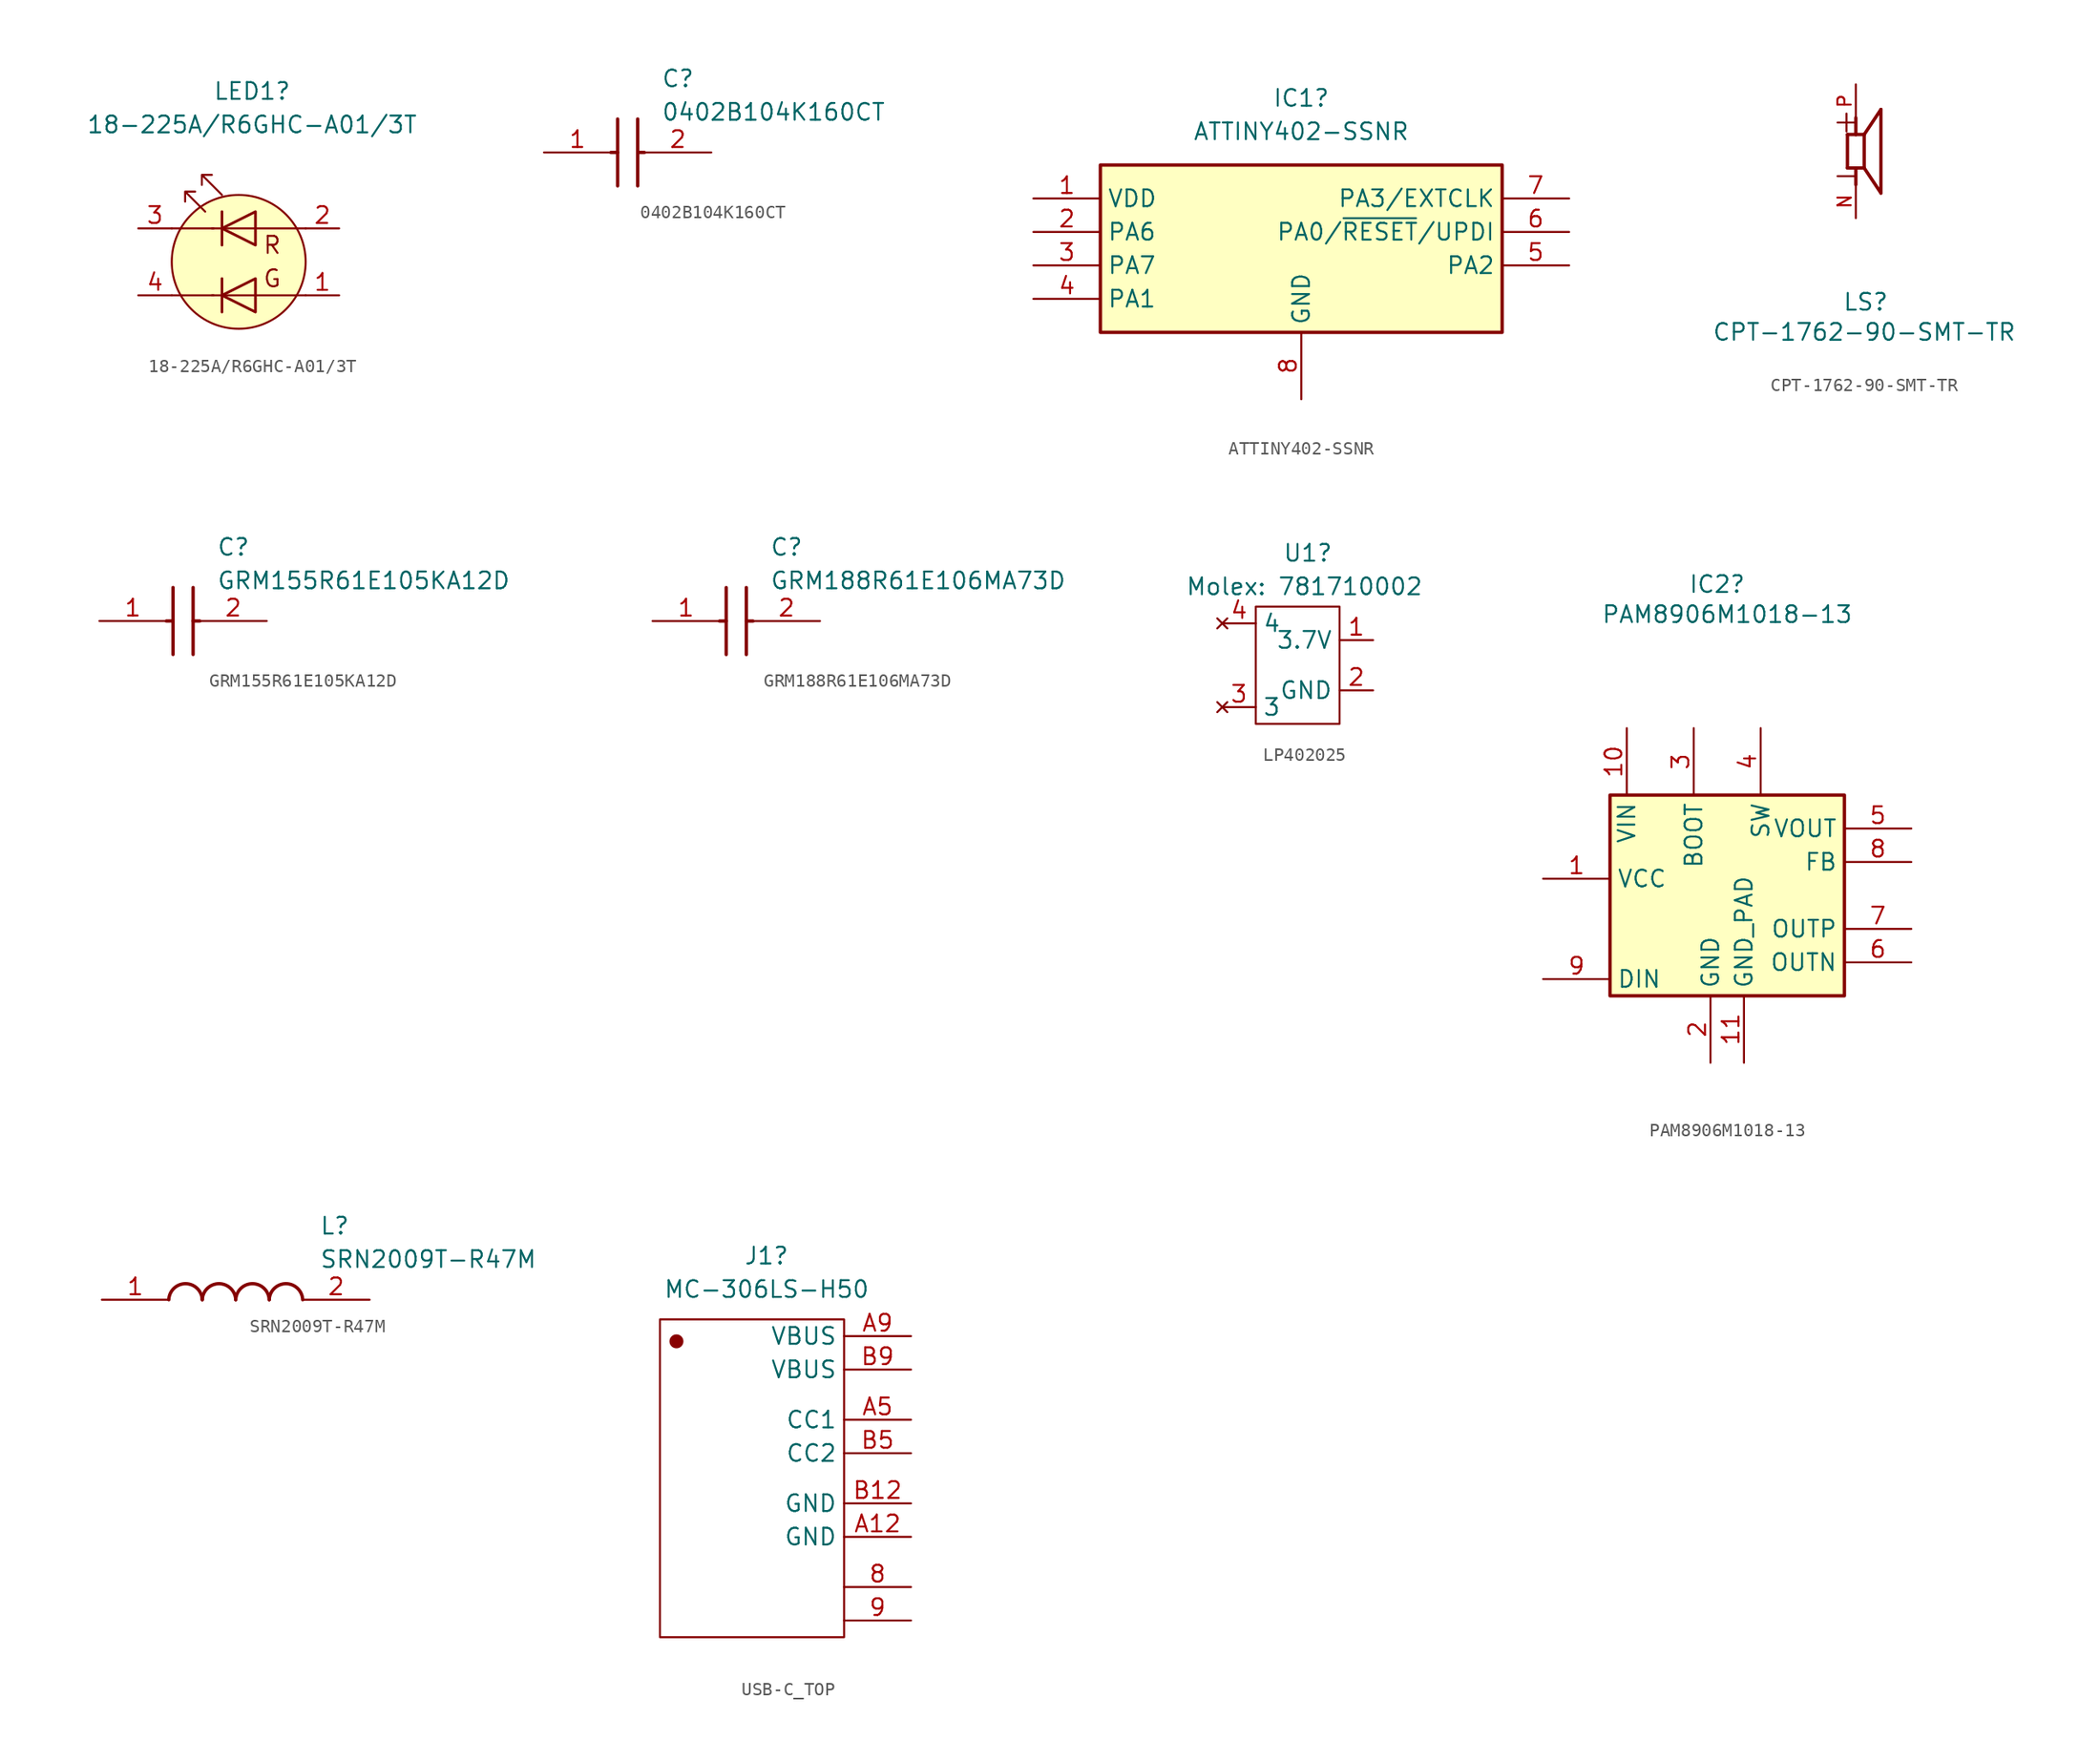
<source format=kicad_sym>
(kicad_symbol_lib
  (version 20231120)
  (generator "kicad_symbol_editor")
  (generator_version "8.0")
  (symbol "18-225A/R6GHC-A01/3T"
    (pin_names
      (offset 0) hide)
    (property "Reference" "LED1"
      (at 1.016 12.954 0)
      (effects (font (size 1.27 1.27))))
    (property "Value" "18-225A/R6GHC-A01/3T"
      (at 1.016 10.414 0)
      (effects (font (size 1.27 1.27))))
    (symbol "18-225A/R6GHC-A01/3T_0_0"
      (text "G" (at 2.54 -1.27 0) (effects (font (size 1.295 1.295))))
      (text "R" (at 2.54 1.27 0) (effects (font (size 1.295 1.295)))))
    (symbol "18-225A/R6GHC-A01/3T_0_1"
      (polyline (pts (xy -5.08 -2.54) (xy -1.905 -2.54)) (stroke (width 0) (type solid)) (fill (type none)))
      (polyline (pts (xy -5.08 2.54) (xy -1.905 2.54)) (stroke (width 0) (type solid)) (fill (type none)))
      (polyline (pts (xy -1.27 -1.27) (xy -1.27 -3.81)) (stroke (width 0.203) (type solid)) (fill (type none)))
      (polyline (pts (xy -1.27 3.81) (xy -1.27 1.27)) (stroke (width 0.203) (type solid)) (fill (type none)))
      (polyline (pts (xy 5.08 -2.54) (xy -2.032 -2.54)) (stroke (width 0) (type solid)) (fill (type none)))
      (polyline (pts (xy 5.08 2.54) (xy -2.032 2.54)) (stroke (width 0) (type solid)) (fill (type none)))
      (polyline (pts (xy 1.27 -1.27) (xy 1.27 -3.81) (xy -1.27 -2.54) (xy 1.27 -1.27)) (stroke (width 0.203) (type solid)) (fill (type none)))
      (polyline (pts (xy 1.27 3.81) (xy 1.27 1.27) (xy -1.27 2.54) (xy 1.27 3.81)) (stroke (width 0.203) (type solid)) (fill (type none)))
      (polyline (pts (xy -2.54 3.81) (xy -4.064 5.334) (xy -3.302 5.334) (xy -4.064 5.334) (xy -4.064 4.572)) (stroke (width 0) (type solid)) (fill (type none)))
      (polyline (pts (xy -1.27 5.08) (xy -2.794 6.604) (xy -2.032 6.604) (xy -2.794 6.604) (xy -2.794 5.842)) (stroke (width 0) (type solid)) (fill (type none)))
      (circle (center 0 0) (radius 5.08) (stroke (width 0) (type solid)) (fill (type background))))
    (symbol "18-225A/R6GHC-A01/3T_1_1"
      (pin input line (at 7.62 -2.54 180) (length 2.54) (name "A2" (effects (font (size 1.27 1.27)))) (number "1" (effects (font (size 1.27 1.27)))))
      (pin input line (at 7.62 2.54 180) (length 2.54) (name "A1" (effects (font (size 1.27 1.27)))) (number "2" (effects (font (size 1.27 1.27)))))
      (pin input line (at -7.62 2.54 0) (length 2.54) (name "K1" (effects (font (size 1.27 1.27)))) (number "3" (effects (font (size 1.27 1.27)))))
      (pin input line (at -7.62 -2.54 0) (length 2.54) (name "K2" (effects (font (size 1.27 1.27)))) (number "4" (effects (font (size 1.27 1.27)))))))
  (symbol "0402B104K160CT"
    (pin_names hide)
    (property "Reference" "C"
      (at 8.89 6.35 0)
      (effects (font (size 1.27 1.27)) (justify left top)))
    (property "Value" "0402B104K160CT"
      (at 8.89 3.81 0)
      (effects (font (size 1.27 1.27)) (justify left top)))
    (symbol "0402B104K160CT_1_1"
      (polyline (pts (xy 5.08 0) (xy 5.588 0)) (stroke (width 0.254) (type default)) (fill (type none)))
      (polyline (pts (xy 5.588 2.54) (xy 5.588 -2.54)) (stroke (width 0.254) (type default)) (fill (type none)))
      (polyline (pts (xy 7.112 0) (xy 7.62 0)) (stroke (width 0.254) (type default)) (fill (type none)))
      (polyline (pts (xy 7.112 2.54) (xy 7.112 -2.54)) (stroke (width 0.254) (type default)) (fill (type none)))
      (pin passive line (at 0 0 0) (length 5.08) (name "1" (effects (font (size 1.27 1.27)))) (number "1" (effects (font (size 1.27 1.27)))))
      (pin passive line (at 12.7 0 180) (length 5.08) (name "2" (effects (font (size 1.27 1.27)))) (number "2" (effects (font (size 1.27 1.27)))))))
  (symbol "ATTINY402-SSNR"
    (property "Reference" "IC1"
      (at 20.32 7.62 0)
      (effects (font (size 1.27 1.27))))
    (property "Value" "ATTINY402-SSNR"
      (at 20.32 5.08 0)
      (effects (font (size 1.27 1.27))))
    (symbol "ATTINY402-SSNR_1_1"
      (rectangle (start 5.08 2.54) (end 35.56 -10.16) (stroke (width 0.254) (type default)) (fill (type background)))
      (pin passive line (at 0 0 0) (length 5.08) (name "VDD" (effects (font (size 1.27 1.27)))) (number "1" (effects (font (size 1.27 1.27)))))
      (pin passive line (at 0 -2.54 0) (length 5.08) (name "PA6" (effects (font (size 1.27 1.27)))) (number "2" (effects (font (size 1.27 1.27)))))
      (pin passive line (at 0 -5.08 0) (length 5.08) (name "PA7" (effects (font (size 1.27 1.27)))) (number "3" (effects (font (size 1.27 1.27)))))
      (pin passive line (at 0 -7.62 0) (length 5.08) (name "PA1" (effects (font (size 1.27 1.27)))) (number "4" (effects (font (size 1.27 1.27)))))
      (pin passive line (at 40.64 -5.08 180) (length 5.08) (name "PA2" (effects (font (size 1.27 1.27)))) (number "5" (effects (font (size 1.27 1.27)))))
      (pin passive line (at 40.64 -2.54 180) (length 5.08) (name "PA0/~{RESET}/UPDI" (effects (font (size 1.27 1.27)))) (number "6" (effects (font (size 1.27 1.27)))))
      (pin passive line (at 40.64 0 180) (length 5.08) (name "PA3/EXTCLK" (effects (font (size 1.27 1.27)))) (number "7" (effects (font (size 1.27 1.27)))))
      (pin passive line (at 20.32 -15.24 90) (length 5.08) (name "GND" (effects (font (size 1.27 1.27)))) (number "8" (effects (font (size 1.27 1.27)))))))
  (symbol "CPT-1762-90-SMT-TR"
    (pin_names
      (offset 1.016))
    (property "Reference" "LS"
      (at -1.016 -12.192 0)
      (effects (font (size 1.27 1.27)) (justify left bottom)))
    (property "Value" "CPT-1762-90-SMT-TR"
      (at -10.922 -14.478 0)
      (effects (font (size 1.27 1.27)) (justify left bottom)))
    (symbol "CPT-1762-90-SMT-TR_0_0"
      (polyline (pts (xy -0.635 -1.27) (xy -0.635 1.27)) (stroke (width 0.254) (type default)) (fill (type none)))
      (polyline (pts (xy -0.635 1.27) (xy 0 1.27)) (stroke (width 0.254) (type default)) (fill (type none)))
      (polyline (pts (xy 0 -1.27) (xy -0.635 -1.27)) (stroke (width 0.254) (type default)) (fill (type none)))
      (polyline (pts (xy 0 -1.27) (xy 0 -2.54)) (stroke (width 0.254) (type default)) (fill (type none)))
      (polyline (pts (xy 0 1.27) (xy 0 2.54)) (stroke (width 0.254) (type default)) (fill (type none)))
      (polyline (pts (xy 0 1.27) (xy 0.635 1.27)) (stroke (width 0.254) (type default)) (fill (type none)))
      (polyline (pts (xy 0.635 -1.27) (xy 0 -1.27)) (stroke (width 0.254) (type default)) (fill (type none)))
      (polyline (pts (xy 0.635 1.27) (xy 0.635 -1.27)) (stroke (width 0.254) (type default)) (fill (type none)))
      (polyline (pts (xy 0.635 1.27) (xy 1.905 3.175)) (stroke (width 0.254) (type default)) (fill (type none)))
      (polyline (pts (xy 1.905 -3.175) (xy 0.635 -1.27)) (stroke (width 0.254) (type default)) (fill (type none)))
      (polyline (pts (xy 1.905 3.175) (xy 1.905 -3.175)) (stroke (width 0.254) (type default)) (fill (type none)))
      (text "+" (at -1.912 1.275 0) (effects (font (size 1.785 1.785)) (justify left bottom)))
      (text "-" (at -1.912 -2.798 0) (effects (font (size 1.785 1.785)) (justify left bottom)))
      (pin passive line (at 0 -5.08 90) (length 2.54) (name "~" (effects (font (size 1.016 1.016)))) (number "N" (effects (font (size 1.016 1.016)))))
      (pin passive line (at 0 5.08 270) (length 2.54) (name "~" (effects (font (size 1.016 1.016)))) (number "P" (effects (font (size 1.016 1.016)))))))
  (symbol "GRM155R61E105KA12D"
    (pin_names hide)
    (property "Reference" "C"
      (at 8.89 6.35 0)
      (effects (font (size 1.27 1.27)) (justify left top)))
    (property "Value" "GRM155R61E105KA12D"
      (at 8.89 3.81 0)
      (effects (font (size 1.27 1.27)) (justify left top)))
    (symbol "GRM155R61E105KA12D_1_1"
      (polyline (pts (xy 5.08 0) (xy 5.588 0)) (stroke (width 0.254) (type default)) (fill (type none)))
      (polyline (pts (xy 5.588 2.54) (xy 5.588 -2.54)) (stroke (width 0.254) (type default)) (fill (type none)))
      (polyline (pts (xy 7.112 0) (xy 7.62 0)) (stroke (width 0.254) (type default)) (fill (type none)))
      (polyline (pts (xy 7.112 2.54) (xy 7.112 -2.54)) (stroke (width 0.254) (type default)) (fill (type none)))
      (pin passive line (at 0 0 0) (length 5.08) (name "1" (effects (font (size 1.27 1.27)))) (number "1" (effects (font (size 1.27 1.27)))))
      (pin passive line (at 12.7 0 180) (length 5.08) (name "2" (effects (font (size 1.27 1.27)))) (number "2" (effects (font (size 1.27 1.27)))))))
  (symbol "GRM188R61E106MA73D"
    (pin_names hide)
    (property "Reference" "C"
      (at 8.89 6.35 0)
      (effects (font (size 1.27 1.27)) (justify left top)))
    (property "Value" "GRM188R61E106MA73D"
      (at 8.89 3.81 0)
      (effects (font (size 1.27 1.27)) (justify left top)))
    (symbol "GRM188R61E106MA73D_1_1"
      (polyline (pts (xy 5.08 0) (xy 5.588 0)) (stroke (width 0.254) (type default)) (fill (type none)))
      (polyline (pts (xy 5.588 2.54) (xy 5.588 -2.54)) (stroke (width 0.254) (type default)) (fill (type none)))
      (polyline (pts (xy 7.112 0) (xy 7.62 0)) (stroke (width 0.254) (type default)) (fill (type none)))
      (polyline (pts (xy 7.112 2.54) (xy 7.112 -2.54)) (stroke (width 0.254) (type default)) (fill (type none)))
      (pin passive line (at 0 0 0) (length 5.08) (name "1" (effects (font (size 1.27 1.27)))) (number "1" (effects (font (size 1.27 1.27)))))
      (pin passive line (at 12.7 0 180) (length 5.08) (name "2" (effects (font (size 1.27 1.27)))) (number "2" (effects (font (size 1.27 1.27)))))))
  (symbol "LP402025"
    (property "Reference" "U1"
      (at -0.508 7.874 0)
      (effects (font (size 1.27 1.27)) (justify left)))
    (property "Value" "Molex: 781710002"
      (at -7.874 5.334 0)
      (effects (font (size 1.27 1.27)) (justify left)))
    (symbol "LP402025_0_1"
      (rectangle (start -2.54 3.81) (end 3.81 -5.08) (stroke (width 0) (type default)) (fill (type none))))
    (symbol "LP402025_1_1"
      (pin bidirectional line (at 6.35 1.27 180) (length 2.54) (name "3.7V" (effects (font (size 1.27 1.27)))) (number "1" (effects (font (size 1.27 1.27)))))
      (pin bidirectional line (at 6.35 -2.54 180) (length 2.54) (name "GND" (effects (font (size 1.27 1.27)))) (number "2" (effects (font (size 1.27 1.27)))))
      (pin no_connect line (at -5.08 -3.81 0) (length 2.54) (name "3" (effects (font (size 1.27 1.27)))) (number "3" (effects (font (size 1.27 1.27)))))
      (pin no_connect line (at -5.08 2.54 0) (length 2.54) (name "4" (effects (font (size 1.27 1.27)))) (number "4" (effects (font (size 1.27 1.27)))))))
  (symbol "PAM8906M1018-13"
    (property "Reference" "IC2"
      (at 13.208 18.542 0)
      (effects (font (size 1.27 1.27))))
    (property "Value" "PAM8906M1018-13"
      (at 13.97 16.256 0)
      (effects (font (size 1.27 1.27))))
    (symbol "PAM8906M1018-13_1_1"
      (rectangle (start 5.08 2.54) (end 22.86 -12.7) (stroke (width 0.254) (type default)) (fill (type background)))
      (pin passive line (at 0 -3.81 0) (length 5.08) (name "VCC" (effects (font (size 1.27 1.27)))) (number "1" (effects (font (size 1.27 1.27)))))
      (pin passive line (at 6.35 7.62 270) (length 5.08) (name "VIN" (effects (font (size 1.27 1.27)))) (number "10" (effects (font (size 1.27 1.27)))))
      (pin passive line (at 15.24 -17.78 90) (length 5.08) (name "GND_PAD" (effects (font (size 1.27 1.27)))) (number "11" (effects (font (size 1.27 1.27)))))
      (pin passive line (at 12.7 -17.78 90) (length 5.08) (name "GND" (effects (font (size 1.27 1.27)))) (number "2" (effects (font (size 1.27 1.27)))))
      (pin passive line (at 11.43 7.62 270) (length 5.08) (name "BOOT" (effects (font (size 1.27 1.27)))) (number "3" (effects (font (size 1.27 1.27)))))
      (pin passive line (at 16.51 7.62 270) (length 5.08) (name "SW" (effects (font (size 1.27 1.27)))) (number "4" (effects (font (size 1.27 1.27)))))
      (pin passive line (at 27.94 0 180) (length 5.08) (name "VOUT" (effects (font (size 1.27 1.27)))) (number "5" (effects (font (size 1.27 1.27)))))
      (pin passive line (at 27.94 -10.16 180) (length 5.08) (name "OUTN" (effects (font (size 1.27 1.27)))) (number "6" (effects (font (size 1.27 1.27)))))
      (pin passive line (at 27.94 -7.62 180) (length 5.08) (name "OUTP" (effects (font (size 1.27 1.27)))) (number "7" (effects (font (size 1.27 1.27)))))
      (pin passive line (at 27.94 -2.54 180) (length 5.08) (name "FB" (effects (font (size 1.27 1.27)))) (number "8" (effects (font (size 1.27 1.27)))))
      (pin passive line (at 0 -11.43 0) (length 5.08) (name "DIN" (effects (font (size 1.27 1.27)))) (number "9" (effects (font (size 1.27 1.27)))))))
  (symbol "SRN2009T-R47M"
    (pin_names hide)
    (property "Reference" "L"
      (at 16.51 6.35 0)
      (effects (font (size 1.27 1.27)) (justify left top)))
    (property "Value" "SRN2009T-R47M"
      (at 16.51 3.81 0)
      (effects (font (size 1.27 1.27)) (justify left top)))
    (symbol "SRN2009T-R47M_1_1"
      (arc (start 7.62 0) (mid 6.35 1.219) (end 5.08 0) (stroke (width 0.254) (type default)) (fill (type none)))
      (arc (start 10.16 0) (mid 8.89 1.219) (end 7.62 0) (stroke (width 0.254) (type default)) (fill (type none)))
      (arc (start 12.7 0) (mid 11.43 1.219) (end 10.16 0) (stroke (width 0.254) (type default)) (fill (type none)))
      (arc (start 15.24 0) (mid 13.97 1.219) (end 12.7 0) (stroke (width 0.254) (type default)) (fill (type none)))
      (pin passive line (at 0 0 0) (length 5.08) (name "1" (effects (font (size 1.27 1.27)))) (number "1" (effects (font (size 1.27 1.27)))))
      (pin passive line (at 20.32 0 180) (length 5.08) (name "2" (effects (font (size 1.27 1.27)))) (number "2" (effects (font (size 1.27 1.27)))))))
  (symbol "USB-C_TOP"
    (property "Reference" "J1"
      (at 0 1.016 0)
      (effects (font (size 1.27 1.27)) (justify left)))
    (property "Value" "MC-306LS-H50"
      (at -6.096 -1.524 0)
      (effects (font (size 1.27 1.27)) (justify left)))
    (symbol "USB-C_TOP_0_1"
      (rectangle (start -6.35 -3.81) (end 7.62 -27.94) (stroke (width 0) (type default)) (fill (type none))))
    (symbol "USB-C_TOP_1_0"
      (polyline (pts (xy -5.08 -5.08) (xy -5.06 -5.082) (xy -5.04 -5.084) (xy -5.02 -5.088) (xy -5.001 -5.092) (xy -4.982 -5.097) (xy -4.964 -5.104) (xy -4.946 -5.111) (xy -4.928 -5.119) (xy -4.911 -5.127) (xy -4.895 -5.137) (xy -4.878 -5.147) (xy -4.863 -5.158) (xy -4.848 -5.17) (xy -4.833 -5.183) (xy -4.82 -5.196) (xy -4.807 -5.21) (xy -4.794 -5.224) (xy -4.782 -5.239) (xy -4.771 -5.255) (xy -4.761 -5.271) (xy -4.751 -5.287) (xy -4.743 -5.304) (xy -4.735 -5.322) (xy -4.728 -5.34) (xy -4.721 -5.358) (xy -4.716 -5.377) (xy -4.712 -5.396) (xy -4.708 -5.416) (xy -4.706 -5.436) (xy -4.704 -5.456) (xy -4.704 -5.476) (xy -4.704 -5.497) (xy -4.706 -5.517) (xy -4.708 -5.537) (xy -4.712 -5.556) (xy -4.716 -5.576) (xy -4.721 -5.594) (xy -4.728 -5.613) (xy -4.735 -5.631) (xy -4.743 -5.648) (xy -4.751 -5.665) (xy -4.761 -5.682) (xy -4.771 -5.698) (xy -4.782 -5.714) (xy -4.794 -5.729) (xy -4.807 -5.743) (xy -4.82 -5.757) (xy -4.833 -5.77) (xy -4.848 -5.783) (xy -4.863 -5.794) (xy -4.878 -5.806) (xy -4.895 -5.816) (xy -4.911 -5.825) (xy -4.928 -5.834) (xy -4.946 -5.842) (xy -4.964 -5.849) (xy -4.982 -5.855) (xy -5.001 -5.861) (xy -5.02 -5.865) (xy -5.04 -5.869) (xy -5.06 -5.871) (xy -5.08 -5.873) (xy -5.1 -5.873) (xy -5.121 -5.873) (xy -5.141 -5.871) (xy -5.161 -5.869) (xy -5.18 -5.865) (xy -5.2 -5.861) (xy -5.218 -5.855) (xy -5.237 -5.849) (xy -5.255 -5.842) (xy -5.272 -5.834) (xy -5.29 -5.825) (xy -5.306 -5.816) (xy -5.322 -5.806) (xy -5.338 -5.794) (xy -5.353 -5.783) (xy -5.367 -5.77) (xy -5.381 -5.757) (xy -5.394 -5.743) (xy -5.407 -5.729) (xy -5.418 -5.714) (xy -5.429 -5.698) (xy -5.44 -5.682) (xy -5.449 -5.665) (xy -5.458 -5.648) (xy -5.466 -5.631) (xy -5.473 -5.613) (xy -5.479 -5.594) (xy -5.485 -5.576) (xy -5.489 -5.556) (xy -5.493 -5.537) (xy -5.495 -5.517) (xy -5.497 -5.497) (xy -5.497 -5.476) (xy -5.497 -5.456) (xy -5.495 -5.436) (xy -5.493 -5.416) (xy -5.489 -5.396) (xy -5.485 -5.377) (xy -5.479 -5.358) (xy -5.473 -5.34) (xy -5.466 -5.322) (xy -5.458 -5.304) (xy -5.449 -5.287) (xy -5.44 -5.271) (xy -5.429 -5.255) (xy -5.418 -5.239) (xy -5.407 -5.224) (xy -5.394 -5.21) (xy -5.381 -5.196) (xy -5.367 -5.183) (xy -5.353 -5.17) (xy -5.338 -5.158) (xy -5.322 -5.147) (xy -5.306 -5.137) (xy -5.29 -5.127) (xy -5.272 -5.119) (xy -5.255 -5.111) (xy -5.237 -5.104) (xy -5.218 -5.097) (xy -5.2 -5.092) (xy -5.18 -5.088) (xy -5.161 -5.084) (xy -5.141 -5.082) (xy -5.121 -5.08) (xy -5.1 -5.08) (xy -5.08 -5.08)) (stroke (width 0.265) (type solid) (color 136 0 0 1)) (fill (type color) (color 136 0 0 1))))
    (symbol "USB-C_TOP_1_1"
      (pin bidirectional line (at 12.7 -24.13 180) (length 5.08) (name "" (effects (font (size 1.27 1.27)))) (number "8" (effects (font (size 1.27 1.27)))))
      (pin bidirectional line (at 12.7 -26.67 180) (length 5.08) (name "" (effects (font (size 1.27 1.27)))) (number "9" (effects (font (size 1.27 1.27)))))
      (pin bidirectional line (at 12.7 -20.32 180) (length 5.08) (name "GND" (effects (font (size 1.27 1.27)))) (number "A12" (effects (font (size 1.27 1.27)))))
      (pin bidirectional line (at 12.7 -11.43 180) (length 5.08) (name "CC1" (effects (font (size 1.27 1.27)))) (number "A5" (effects (font (size 1.27 1.27)))))
      (pin bidirectional line (at 12.7 -5.08 180) (length 5.08) (name "VBUS" (effects (font (size 1.27 1.27)))) (number "A9" (effects (font (size 1.27 1.27)))))
      (pin bidirectional line (at 12.7 -17.78 180) (length 5.08) (name "GND" (effects (font (size 1.27 1.27)))) (number "B12" (effects (font (size 1.27 1.27)))))
      (pin bidirectional line (at 12.7 -13.97 180) (length 5.08) (name "CC2" (effects (font (size 1.27 1.27)))) (number "B5" (effects (font (size 1.27 1.27)))))
      (pin bidirectional line (at 12.7 -7.62 180) (length 5.08) (name "VBUS" (effects (font (size 1.27 1.27)))) (number "B9" (effects (font (size 1.27 1.27))))))))
</source>
